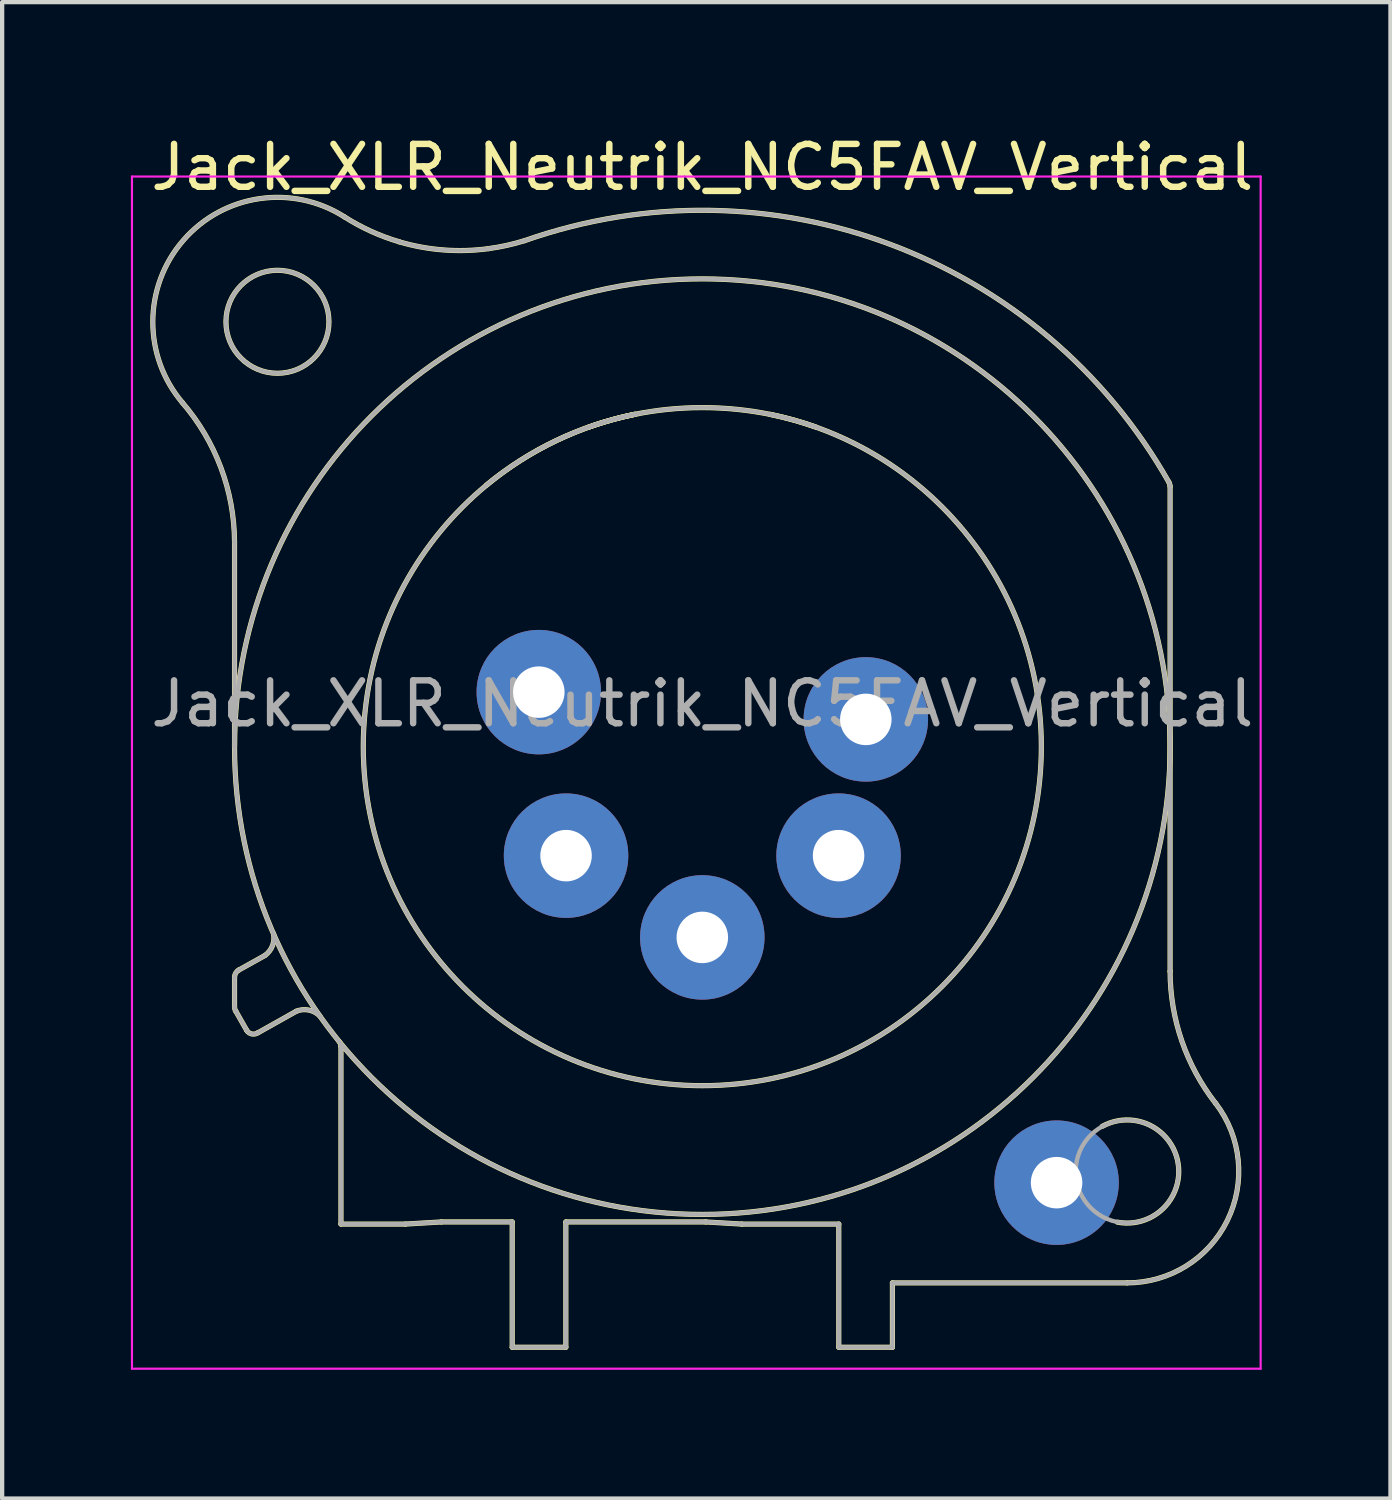
<source format=kicad_pcb>
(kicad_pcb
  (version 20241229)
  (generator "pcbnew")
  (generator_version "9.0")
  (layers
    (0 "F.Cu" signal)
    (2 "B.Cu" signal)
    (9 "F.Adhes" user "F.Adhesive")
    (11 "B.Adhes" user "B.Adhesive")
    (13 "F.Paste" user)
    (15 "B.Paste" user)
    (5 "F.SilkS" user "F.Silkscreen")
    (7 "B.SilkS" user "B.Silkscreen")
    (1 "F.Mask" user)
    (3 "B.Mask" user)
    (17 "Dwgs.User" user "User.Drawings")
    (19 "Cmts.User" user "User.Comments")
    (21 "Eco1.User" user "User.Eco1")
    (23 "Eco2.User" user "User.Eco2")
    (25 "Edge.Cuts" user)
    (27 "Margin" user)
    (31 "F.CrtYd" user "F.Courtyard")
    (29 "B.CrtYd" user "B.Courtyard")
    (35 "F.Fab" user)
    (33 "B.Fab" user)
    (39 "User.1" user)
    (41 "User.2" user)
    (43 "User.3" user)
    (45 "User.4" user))
  (footprint "Jack_XLR_Neutrik_NC5FAV_Vertical"
    (layer "F.Cu")
    (at 17.125 13.713)
    (property "Reference" "Jack_XLR_Neutrik_NC5FAV_Vertical" (at -3.81 -12.865 0) (layer "F.SilkS") (effects (font (size 1 1) (thickness 0.15))))
    (attr through_hole)
    (fp_line (start -14.71 0.635) (end -14.71 -4.13) (stroke (width 0.12) (type solid)) (layer "F.SilkS"))
    (fp_line (start -14.71 6.01) (end -14.71 6.7) (stroke (width 0.12) (type solid)) (layer "F.SilkS"))
    (fp_line (start -14.68 6.8) (end -14.43 7.24) (stroke (width 0.12) (type solid)) (layer "F.SilkS"))
    (fp_line (start -14.61 5.84) (end -14 5.5) (stroke (width 0.12) (type solid)) (layer "F.SilkS"))
    (fp_line (start -14.16 7.3) (end -13.27 6.8) (stroke (width 0.12) (type solid)) (layer "F.SilkS"))
    (fp_line (start -12.23 11.76) (end -12.23 7.62) (stroke (width 0.12) (type solid)) (layer "F.SilkS"))
    (fp_line (start -10.73 11.76) (end -12.23 11.76) (stroke (width 0.12) (type solid)) (layer "F.SilkS"))
    (fp_line (start -9.89 11.71) (end -10.73 11.76) (stroke (width 0.12) (type solid)) (layer "F.SilkS"))
    (fp_line (start -8.24 11.71) (end -9.89 11.71) (stroke (width 0.12) (type solid)) (layer "F.SilkS"))
    (fp_line (start -8.24 11.71) (end -8.24 14.63) (stroke (width 0.12) (type solid)) (layer "F.SilkS"))
    (fp_line (start -6.99 14.63) (end -8.24 14.63) (stroke (width 0.12) (type solid)) (layer "F.SilkS"))
    (fp_line (start -6.99 14.63) (end -6.99 11.71) (stroke (width 0.12) (type solid)) (layer "F.SilkS"))
    (fp_line (start -3.73 11.71) (end -6.99 11.71) (stroke (width 0.12) (type solid)) (layer "F.SilkS"))
    (fp_line (start -2.89 11.76) (end -3.73 11.71) (stroke (width 0.12) (type solid)) (layer "F.SilkS"))
    (fp_line (start -0.63 11.76) (end -2.89 11.76) (stroke (width 0.12) (type solid)) (layer "F.SilkS"))
    (fp_line (start -0.63 11.76) (end -0.63 14.63) (stroke (width 0.12) (type solid)) (layer "F.SilkS"))
    (fp_line (start 0.62 14.63) (end -0.63 14.63) (stroke (width 0.12) (type solid)) (layer "F.SilkS"))
    (fp_line (start 0.62 14.63) (end 0.62 13.13) (stroke (width 0.12) (type solid)) (layer "F.SilkS"))
    (fp_line (start 6.09 13.13) (end 0.62 13.13) (stroke (width 0.12) (type solid)) (layer "F.SilkS"))
    (fp_line (start 7.09 -5.43) (end 7.09 5.87) (stroke (width 0.12) (type solid)) (layer "F.SilkS"))
    (fp_arc (start -15.929066 -7.385564) (mid -15.028115 -5.866905) (end -14.71 -4.13) (stroke (width 0.12) (type solid)) (layer "F.SilkS"))
    (fp_arc (start -15.918146 -7.373153) (mid -15.902506 -11.164998) (end -12.15 -11.71) (stroke (width 0.12) (type solid)) (layer "F.SilkS"))
    (fp_arc (start -14.709743 6.009652) (mid -14.682878 5.9113) (end -14.61 5.84) (stroke (width 0.12) (type solid)) (layer "F.SilkS"))
    (fp_arc (start -14.682649 6.795385) (mid -14.703027 6.749614) (end -14.71 6.7) (stroke (width 0.12) (type solid)) (layer "F.SilkS"))
    (fp_arc (start -14.160142 7.297076) (mid -14.307987 7.329603) (end -14.43 7.24) (stroke (width 0.12) (type solid)) (layer "F.SilkS"))
    (fp_arc (start -13.801628 4.991381) (mid -13.826689 5.274601) (end -14 5.5) (stroke (width 0.12) (type solid)) (layer "F.SilkS"))
    (fp_arc (start -13.27 6.8) (mid -12.979462 6.773118) (end -12.722228 6.910835) (stroke (width 0.12) (type solid)) (layer "F.SilkS"))
    (fp_arc (start -12.267885 7.513016) (mid -12.239751 7.563253) (end -12.23 7.62) (stroke (width 0.12) (type solid)) (layer "F.SilkS"))
    (fp_arc (start -10.874228 -11.129536) (mid -11.532536 -11.374883) (end -12.15 -11.71) (stroke (width 0.12) (type solid)) (layer "F.SilkS"))
    (fp_arc (start -8.842926 -5.457584) (mid -7.213275 -6.497156) (end -5.38 -7.11) (stroke (width 0.12) (type solid)) (layer "F.SilkS"))
    (fp_arc (start -8.78758 -10.969733) (mid -9.842283 -10.938982) (end -10.88 -11.13) (stroke (width 0.12) (type solid)) (layer "F.SilkS"))
    (fp_arc (start -7.953762 -11.154656) (mid -8.367971 -11.044621) (end -8.79 -10.97) (stroke (width 0.12) (type solid)) (layer "F.SilkS"))
    (fp_arc (start -7.952655 -11.154934) (mid 0.574548 -11.067131) (end 7.06 -5.53) (stroke (width 0.12) (type solid)) (layer "F.SilkS"))
    (fp_arc (start -6.455617 -6.811518) (mid -5.923085 -6.979774) (end -5.38 -7.11) (stroke (width 0.12) (type solid)) (layer "F.SilkS"))
    (fp_arc (start -2.235447 -7.109114) (mid -1.692436 -6.978569) (end -1.16 -6.81) (stroke (width 0.12) (type solid)) (layer "F.SilkS"))
    (fp_arc (start 5.507701 9.483226) (mid 7.277502 10.347546) (end 5.86 11.715) (stroke (width 0.12) (type solid)) (layer "F.SilkS"))
    (fp_arc (start 7.056349 -5.537362) (mid 7.080146 -5.485866) (end 7.09 -5.43) (stroke (width 0.12) (type solid)) (layer "F.SilkS"))
    (fp_arc (start 8.152719 8.94722) (mid 8.42187 11.679951) (end 6.09 13.13) (stroke (width 0.12) (type solid)) (layer "F.SilkS"))
    (fp_arc (start 8.154941 8.951603) (mid 7.36532 7.499668) (end 7.09 5.87) (stroke (width 0.12) (type solid)) (layer "F.SilkS"))
    (fp_circle (center -13.71 -9.265) (end -12.51 -9.265) (stroke (width 0.12) (type solid)) (fill no) (layer "F.SilkS"))
    (fp_circle (center -3.81 0.635) (end 4.09 0.635) (stroke (width 0.12) (type solid)) (fill no) (layer "F.SilkS"))
    (fp_circle (center -3.81 0.635) (end 7.09 0.635) (stroke (width 0.12) (type solid)) (fill no) (layer "F.SilkS"))
    (fp_line (start -17.1 -12.65) (end 9.2 -12.65) (stroke (width 0.05) (type solid)) (layer "F.CrtYd"))
    (fp_line (start -17.1 15.13) (end -17.1 -12.65) (stroke (width 0.05) (type solid)) (layer "F.CrtYd"))
    (fp_line (start 9.2 -12.65) (end 9.2 15.13) (stroke (width 0.05) (type solid)) (layer "F.CrtYd"))
    (fp_line (start 9.2 15.13) (end -17.1 15.13) (stroke (width 0.05) (type solid)) (layer "F.CrtYd"))
    (fp_line (start -14.71 0.635) (end -14.71 -4.13) (stroke (width 0.1) (type solid)) (layer "F.Fab"))
    (fp_line (start -14.71 6.01) (end -14.71 6.7) (stroke (width 0.1) (type solid)) (layer "F.Fab"))
    (fp_line (start -14.68 6.8) (end -14.43 7.24) (stroke (width 0.1) (type solid)) (layer "F.Fab"))
    (fp_line (start -14.61 5.84) (end -14 5.5) (stroke (width 0.1) (type solid)) (layer "F.Fab"))
    (fp_line (start -14.16 7.3) (end -13.27 6.8) (stroke (width 0.1) (type solid)) (layer "F.Fab"))
    (fp_line (start -12.23 11.76) (end -12.23 7.62) (stroke (width 0.1) (type solid)) (layer "F.Fab"))
    (fp_line (start -10.73 11.76) (end -12.23 11.76) (stroke (width 0.1) (type solid)) (layer "F.Fab"))
    (fp_line (start -9.89 11.71) (end -10.73 11.76) (stroke (width 0.1) (type solid)) (layer "F.Fab"))
    (fp_line (start -8.24 11.71) (end -9.89 11.71) (stroke (width 0.1) (type solid)) (layer "F.Fab"))
    (fp_line (start -8.24 11.71) (end -8.24 14.63) (stroke (width 0.1) (type solid)) (layer "F.Fab"))
    (fp_line (start -6.99 14.63) (end -8.24 14.63) (stroke (width 0.1) (type solid)) (layer "F.Fab"))
    (fp_line (start -6.99 14.63) (end -6.99 11.71) (stroke (width 0.1) (type solid)) (layer "F.Fab"))
    (fp_line (start -3.73 11.71) (end -6.99 11.71) (stroke (width 0.1) (type solid)) (layer "F.Fab"))
    (fp_line (start -2.89 11.76) (end -3.73 11.71) (stroke (width 0.1) (type solid)) (layer "F.Fab"))
    (fp_line (start -0.63 11.76) (end -2.89 11.76) (stroke (width 0.1) (type solid)) (layer "F.Fab"))
    (fp_line (start -0.63 11.76) (end -0.63 14.63) (stroke (width 0.1) (type solid)) (layer "F.Fab"))
    (fp_line (start 0.62 14.63) (end -0.63 14.63) (stroke (width 0.1) (type solid)) (layer "F.Fab"))
    (fp_line (start 0.62 14.63) (end 0.62 13.13) (stroke (width 0.1) (type solid)) (layer "F.Fab"))
    (fp_line (start 6.09 13.13) (end 0.62 13.13) (stroke (width 0.1) (type solid)) (layer "F.Fab"))
    (fp_line (start 7.09 -5.43) (end 7.09 5.87) (stroke (width 0.1) (type solid)) (layer "F.Fab"))
    (fp_arc (start -15.929066 -7.385564) (mid -15.028115 -5.866905) (end -14.71 -4.13) (stroke (width 0.1) (type solid)) (layer "F.Fab"))
    (fp_arc (start -15.918146 -7.373153) (mid -15.902506 -11.164998) (end -12.15 -11.71) (stroke (width 0.1) (type solid)) (layer "F.Fab"))
    (fp_arc (start -14.709743 6.009652) (mid -14.682878 5.9113) (end -14.61 5.84) (stroke (width 0.1) (type solid)) (layer "F.Fab"))
    (fp_arc (start -14.682649 6.795385) (mid -14.703027 6.749614) (end -14.71 6.7) (stroke (width 0.1) (type solid)) (layer "F.Fab"))
    (fp_arc (start -14.160142 7.297076) (mid -14.307987 7.329603) (end -14.43 7.24) (stroke (width 0.1) (type solid)) (layer "F.Fab"))
    (fp_arc (start -13.801628 4.991381) (mid -13.826689 5.274601) (end -14 5.5) (stroke (width 0.1) (type solid)) (layer "F.Fab"))
    (fp_arc (start -13.27 6.8) (mid -12.979462 6.773118) (end -12.722228 6.910835) (stroke (width 0.1) (type solid)) (layer "F.Fab"))
    (fp_arc (start -12.267885 7.513016) (mid -12.239751 7.563253) (end -12.23 7.62) (stroke (width 0.1) (type solid)) (layer "F.Fab"))
    (fp_arc (start -10.874228 -11.129536) (mid -11.532536 -11.374883) (end -12.15 -11.71) (stroke (width 0.1) (type solid)) (layer "F.Fab"))
    (fp_arc (start -8.842926 -5.457584) (mid -7.213275 -6.497156) (end -5.38 -7.11) (stroke (width 0.1) (type solid)) (layer "F.Fab"))
    (fp_arc (start -8.78758 -10.969733) (mid -9.842283 -10.938982) (end -10.88 -11.13) (stroke (width 0.1) (type solid)) (layer "F.Fab"))
    (fp_arc (start -7.953762 -11.154656) (mid -8.367971 -11.044621) (end -8.79 -10.97) (stroke (width 0.1) (type solid)) (layer "F.Fab"))
    (fp_arc (start -7.952655 -11.154934) (mid 0.574548 -11.067131) (end 7.06 -5.53) (stroke (width 0.1) (type solid)) (layer "F.Fab"))
    (fp_arc (start -6.455617 -6.811518) (mid -5.923085 -6.979774) (end -5.38 -7.11) (stroke (width 0.1) (type solid)) (layer "F.Fab"))
    (fp_arc (start -2.235447 -7.109114) (mid -1.692436 -6.978569) (end -1.16 -6.81) (stroke (width 0.1) (type solid)) (layer "F.Fab"))
    (fp_arc (start 7.056349 -5.537362) (mid 7.080146 -5.485866) (end 7.09 -5.43) (stroke (width 0.1) (type solid)) (layer "F.Fab"))
    (fp_arc (start 8.152719 8.94722) (mid 8.42187 11.679951) (end 6.09 13.13) (stroke (width 0.1) (type solid)) (layer "F.Fab"))
    (fp_arc (start 8.154941 8.951603) (mid 7.36532 7.499668) (end 7.09 5.87) (stroke (width 0.1) (type solid)) (layer "F.Fab"))
    (fp_circle (center -13.71 -9.265) (end -12.51 -9.265) (stroke (width 0.1) (type solid)) (fill no) (layer "F.Fab"))
    (fp_circle (center -3.81 0.635) (end 4.09 0.635) (stroke (width 0.1) (type solid)) (fill no) (layer "F.Fab"))
    (fp_circle (center -3.81 0.635) (end 7.09 0.635) (stroke (width 0.1) (type solid)) (fill no) (layer "F.Fab"))
    (fp_circle (center 6.09 10.535) (end 7.29 10.535) (stroke (width 0.1) (type solid)) (fill no) (layer "F.Fab"))
    (fp_text user "${REFERENCE}" (at -3.81 -0.365 0) (layer "F.Fab") (effects (font (size 1 1) (thickness 0.15))))
    (pad "1" thru_hole circle (at 0 0) (size 2.9 2.9) (drill 1.2) (layers "*.Cu" "*.Mask"))
    (pad "2" thru_hole circle (at -0.635 3.175) (size 2.9 2.9) (drill 1.2) (layers "*.Cu" "*.Mask"))
    (pad "3" thru_hole circle (at -3.81 5.08) (size 2.9 2.9) (drill 1.2) (layers "*.Cu" "*.Mask"))
    (pad "4" thru_hole circle (at -6.985 3.175) (size 2.9 2.9) (drill 1.2) (layers "*.Cu" "*.Mask"))
    (pad "5" thru_hole circle (at -7.62 -0.635) (size 2.9 2.9) (drill 1.2) (layers "*.Cu" "*.Mask"))
    (pad "G" thru_hole circle (at 4.445 10.795) (size 2.9 2.9) (drill 1.2) (layers "*.Cu" "*.Mask")))
  (gr_rect
    (start -3 -3)
    (end 29.35 31.868)
    (stroke (width 0.1) (type default))
    (fill no)
    (layer "Edge.Cuts")))
</source>
